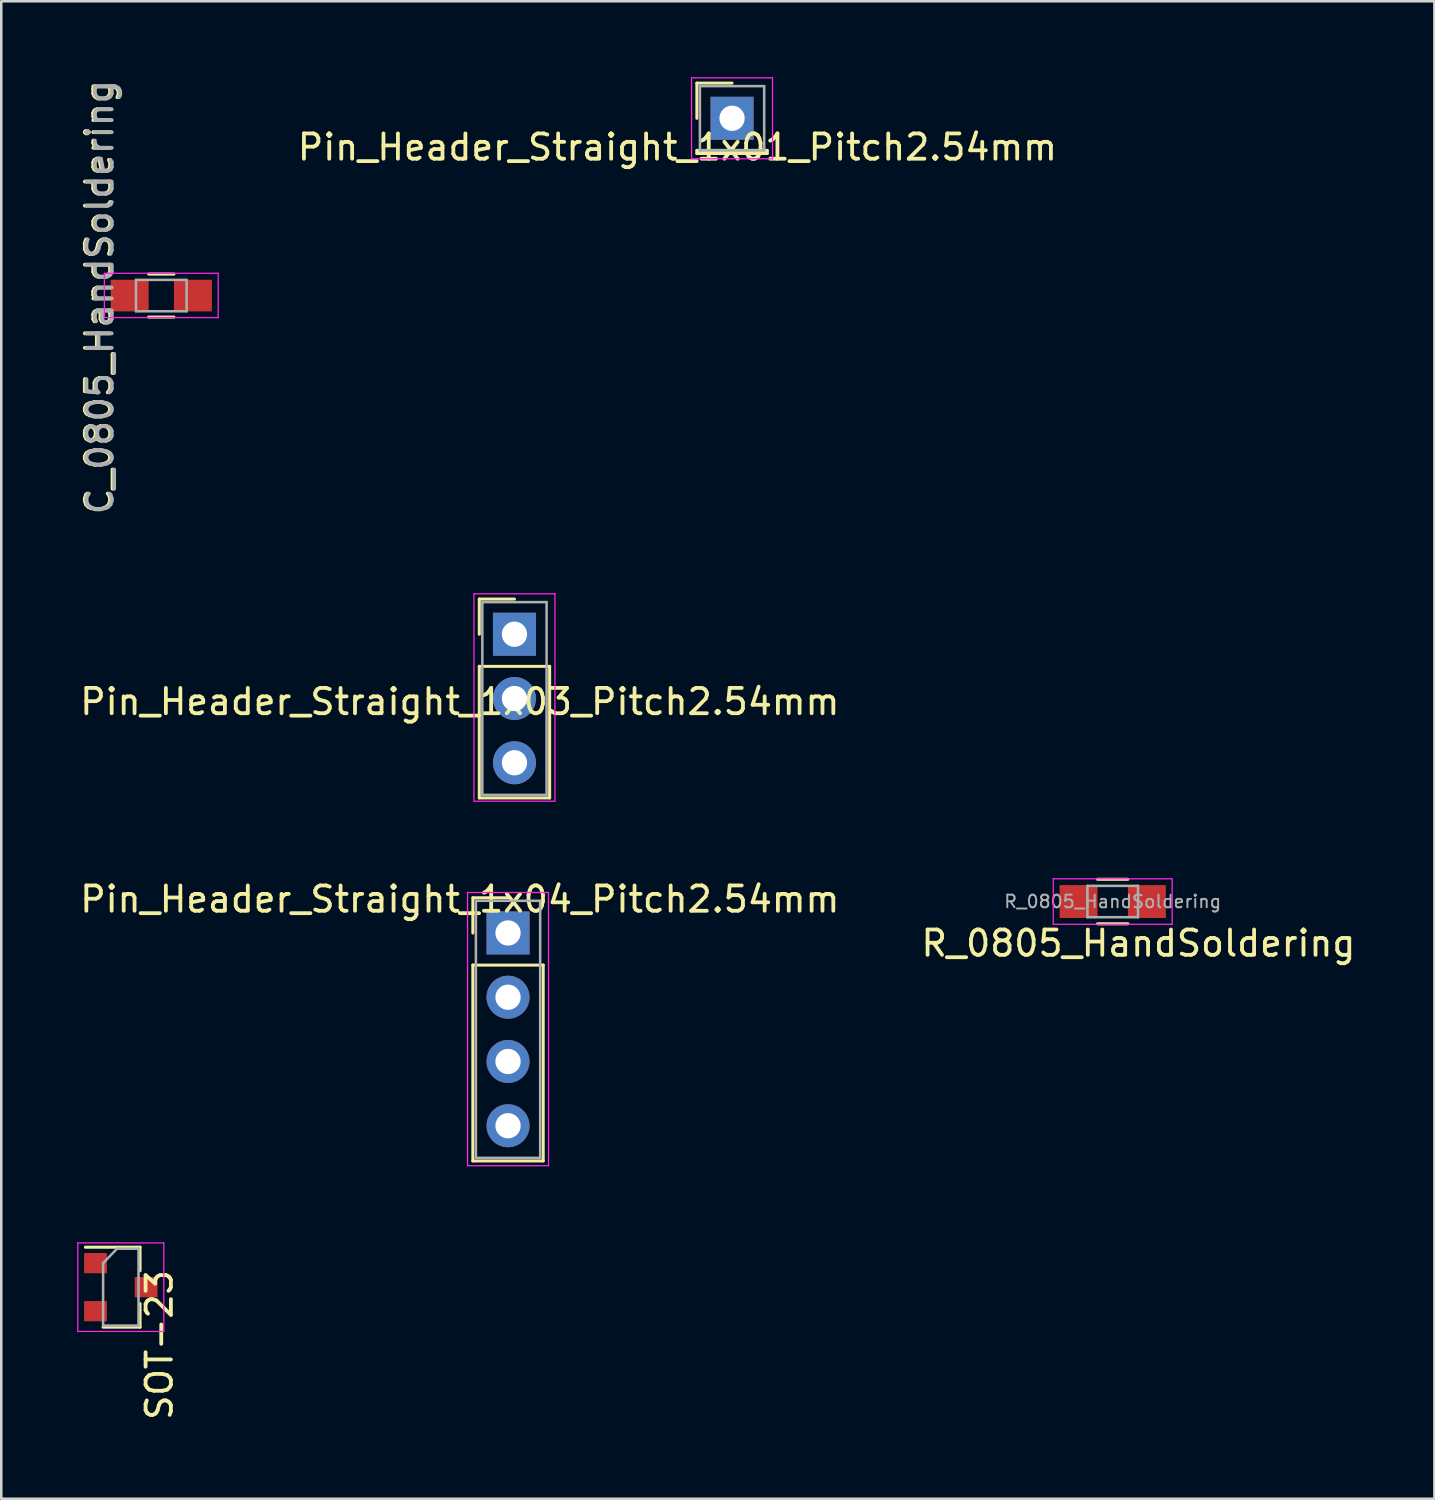
<source format=kicad_pcb>
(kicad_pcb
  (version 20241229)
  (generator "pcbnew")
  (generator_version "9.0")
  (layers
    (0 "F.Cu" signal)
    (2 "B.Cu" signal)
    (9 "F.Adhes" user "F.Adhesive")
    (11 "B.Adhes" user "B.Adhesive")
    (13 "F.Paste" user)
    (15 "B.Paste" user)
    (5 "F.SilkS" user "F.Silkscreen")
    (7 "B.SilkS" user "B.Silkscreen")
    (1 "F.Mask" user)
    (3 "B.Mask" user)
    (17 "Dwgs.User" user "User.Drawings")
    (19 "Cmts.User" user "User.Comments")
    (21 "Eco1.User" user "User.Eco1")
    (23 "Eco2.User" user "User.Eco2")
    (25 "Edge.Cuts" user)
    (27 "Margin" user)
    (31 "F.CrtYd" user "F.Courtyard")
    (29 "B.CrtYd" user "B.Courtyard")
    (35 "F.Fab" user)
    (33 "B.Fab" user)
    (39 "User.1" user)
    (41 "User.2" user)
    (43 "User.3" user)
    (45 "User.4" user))
  (footprint "SOT-23"
    (layer "F.Cu")
    (at 1.725 47.825)
    (property "Reference" "SOT-23" (at 1.524 2.286 90) (layer "F.SilkS") (effects (font (size 1 1) (thickness 0.15))))
    (attr smd)
    (fp_line (start 0.76 -1.58) (end -1.4 -1.58) (stroke (width 0.12) (type solid)) (layer "F.SilkS"))
    (fp_line (start 0.76 -1.58) (end 0.76 -0.65) (stroke (width 0.12) (type solid)) (layer "F.SilkS"))
    (fp_line (start 0.76 1.58) (end -0.7 1.58) (stroke (width 0.12) (type solid)) (layer "F.SilkS"))
    (fp_line (start 0.76 1.58) (end 0.76 0.65) (stroke (width 0.12) (type solid)) (layer "F.SilkS"))
    (fp_line (start -1.7 -1.75) (end 1.7 -1.75) (stroke (width 0.05) (type solid)) (layer "F.CrtYd"))
    (fp_line (start -1.7 1.75) (end -1.7 -1.75) (stroke (width 0.05) (type solid)) (layer "F.CrtYd"))
    (fp_line (start 1.7 -1.75) (end 1.7 1.75) (stroke (width 0.05) (type solid)) (layer "F.CrtYd"))
    (fp_line (start 1.7 1.75) (end -1.7 1.75) (stroke (width 0.05) (type solid)) (layer "F.CrtYd"))
    (fp_line (start -0.7 -0.95) (end -0.7 1.5) (stroke (width 0.1) (type solid)) (layer "F.Fab"))
    (fp_line (start -0.7 -0.95) (end -0.15 -1.52) (stroke (width 0.1) (type solid)) (layer "F.Fab"))
    (fp_line (start -0.7 1.52) (end 0.7 1.52) (stroke (width 0.1) (type solid)) (layer "F.Fab"))
    (fp_line (start -0.15 -1.52) (end 0.7 -1.52) (stroke (width 0.1) (type solid)) (layer "F.Fab"))
    (fp_line (start 0.7 -1.52) (end 0.7 1.52) (stroke (width 0.1) (type solid)) (layer "F.Fab"))
    (pad "1" smd rect (at -1 -0.95) (size 0.9 0.8) (layers "F.Cu" "F.Mask" "F.Paste"))
    (pad "2" smd rect (at -1 0.95) (size 0.9 0.8) (layers "F.Cu" "F.Mask" "F.Paste"))
    (pad "3" smd rect (at 1 0) (size 0.9 0.8) (layers "F.Cu" "F.Mask" "F.Paste")))
  (footprint "R_0805_HandSoldering"
    (layer "F.Cu")
    (at 40.93 32.583)
    (property "Reference" "R_0805_HandSoldering" (at 1.016 1.651 0) (layer "F.SilkS") (effects (font (size 1 1) (thickness 0.15))))
    (attr smd)
    (fp_line (start -0.6 -0.88) (end 0.6 -0.88) (stroke (width 0.12) (type solid)) (layer "F.SilkS"))
    (fp_line (start 0.6 0.88) (end -0.6 0.88) (stroke (width 0.12) (type solid)) (layer "F.SilkS"))
    (fp_line (start -2.35 -0.9) (end -2.35 0.9) (stroke (width 0.05) (type solid)) (layer "F.CrtYd"))
    (fp_line (start -2.35 -0.9) (end 2.35 -0.9) (stroke (width 0.05) (type solid)) (layer "F.CrtYd"))
    (fp_line (start 2.35 0.9) (end -2.35 0.9) (stroke (width 0.05) (type solid)) (layer "F.CrtYd"))
    (fp_line (start 2.35 0.9) (end 2.35 -0.9) (stroke (width 0.05) (type solid)) (layer "F.CrtYd"))
    (fp_line (start -1 -0.62) (end 1 -0.62) (stroke (width 0.1) (type solid)) (layer "F.Fab"))
    (fp_line (start -1 0.62) (end -1 -0.62) (stroke (width 0.1) (type solid)) (layer "F.Fab"))
    (fp_line (start 1 -0.62) (end 1 0.62) (stroke (width 0.1) (type solid)) (layer "F.Fab"))
    (fp_line (start 1 0.62) (end -1 0.62) (stroke (width 0.1) (type solid)) (layer "F.Fab"))
    (fp_text user "${REFERENCE}" (at 0 0 0) (layer "F.Fab") (effects (font (size 0.5 0.5) (thickness 0.075))))
    (pad "1" smd rect (at -1.35 0) (size 1.5 1.3) (layers "F.Cu" "F.Mask" "F.Paste"))
    (pad "2" smd rect (at 1.35 0) (size 1.5 1.3) (layers "F.Cu" "F.Mask" "F.Paste")))
  (footprint "Pin_Header_Straight_1x03_Pitch2.54mm"
    (layer "F.Cu")
    (at 17.284 22.018)
    (property "Reference" "Pin_Header_Straight_1x03_Pitch2.54mm" (at -2.159 2.667 0) (layer "F.SilkS") (effects (font (size 1 1) (thickness 0.15))))
    (attr through_hole)
    (fp_line (start -1.39 -1.39) (end 0 -1.39) (stroke (width 0.12) (type solid)) (layer "F.SilkS"))
    (fp_line (start -1.39 0) (end -1.39 -1.39) (stroke (width 0.12) (type solid)) (layer "F.SilkS"))
    (fp_line (start -1.39 1.27) (end -1.39 6.47) (stroke (width 0.12) (type solid)) (layer "F.SilkS"))
    (fp_line (start -1.39 6.47) (end 1.39 6.47) (stroke (width 0.12) (type solid)) (layer "F.SilkS"))
    (fp_line (start 1.39 1.27) (end -1.39 1.27) (stroke (width 0.12) (type solid)) (layer "F.SilkS"))
    (fp_line (start 1.39 6.47) (end 1.39 1.27) (stroke (width 0.12) (type solid)) (layer "F.SilkS"))
    (fp_line (start -1.6 -1.6) (end -1.6 6.6) (stroke (width 0.05) (type solid)) (layer "F.CrtYd"))
    (fp_line (start -1.6 6.6) (end 1.6 6.6) (stroke (width 0.05) (type solid)) (layer "F.CrtYd"))
    (fp_line (start 1.6 -1.6) (end -1.6 -1.6) (stroke (width 0.05) (type solid)) (layer "F.CrtYd"))
    (fp_line (start 1.6 6.6) (end 1.6 -1.6) (stroke (width 0.05) (type solid)) (layer "F.CrtYd"))
    (fp_line (start -1.27 -1.27) (end -1.27 6.35) (stroke (width 0.1) (type solid)) (layer "F.Fab"))
    (fp_line (start -1.27 6.35) (end 1.27 6.35) (stroke (width 0.1) (type solid)) (layer "F.Fab"))
    (fp_line (start 1.27 -1.27) (end -1.27 -1.27) (stroke (width 0.1) (type solid)) (layer "F.Fab"))
    (fp_line (start 1.27 6.35) (end 1.27 -1.27) (stroke (width 0.1) (type solid)) (layer "F.Fab"))
    (pad "1" thru_hole rect (at 0 0) (size 1.7 1.7) (drill 1) (layers "*.Cu" "*.Mask"))
    (pad "2" thru_hole oval (at 0 2.54) (size 1.7 1.7) (drill 1) (layers "*.Cu" "*.Mask"))
    (pad "3" thru_hole oval (at 0 5.08) (size 1.7 1.7) (drill 1) (layers "*.Cu" "*.Mask")))
  (footprint "C_0805_HandSoldering"
    (layer "F.Cu")
    (at 3.325 8.633)
    (property "Reference" "C_0805_HandSoldering" (at -2.477 0.064 90) (layer "F.SilkS") (effects (font (size 1 1) (thickness 0.15))))
    (attr smd)
    (fp_line (start -0.5 0.85) (end 0.5 0.85) (stroke (width 0.12) (type solid)) (layer "F.SilkS"))
    (fp_line (start 0.5 -0.85) (end -0.5 -0.85) (stroke (width 0.12) (type solid)) (layer "F.SilkS"))
    (fp_line (start -2.25 -0.88) (end -2.25 0.87) (stroke (width 0.05) (type solid)) (layer "F.CrtYd"))
    (fp_line (start -2.25 -0.88) (end 2.25 -0.88) (stroke (width 0.05) (type solid)) (layer "F.CrtYd"))
    (fp_line (start 2.25 0.87) (end -2.25 0.87) (stroke (width 0.05) (type solid)) (layer "F.CrtYd"))
    (fp_line (start 2.25 0.87) (end 2.25 -0.88) (stroke (width 0.05) (type solid)) (layer "F.CrtYd"))
    (fp_line (start -1 -0.62) (end 1 -0.62) (stroke (width 0.1) (type solid)) (layer "F.Fab"))
    (fp_line (start -1 0.62) (end -1 -0.62) (stroke (width 0.1) (type solid)) (layer "F.Fab"))
    (fp_line (start 1 -0.62) (end 1 0.62) (stroke (width 0.1) (type solid)) (layer "F.Fab"))
    (fp_line (start 1 0.62) (end -1 0.62) (stroke (width 0.1) (type solid)) (layer "F.Fab"))
    (fp_text user "${REFERENCE}" (at -2.413 0.064 90) (layer "F.Fab") (effects (font (size 1 1) (thickness 0.15))))
    (pad "1" smd rect (at -1.25 0) (size 1.5 1.25) (layers "F.Cu" "F.Mask" "F.Paste"))
    (pad "2" smd rect (at 1.25 0) (size 1.5 1.25) (layers "F.Cu" "F.Mask" "F.Paste")))
  (footprint "Pin_Header_Straight_1x01_Pitch2.54mm"
    (layer "F.Cu")
    (at 25.884 1.625)
    (property "Reference" "Pin_Header_Straight_1x01_Pitch2.54mm" (at -2.159 1.143 0) (layer "F.SilkS") (effects (font (size 1 1) (thickness 0.15))))
    (attr through_hole)
    (fp_line (start -1.39 -1.39) (end 0 -1.39) (stroke (width 0.12) (type solid)) (layer "F.SilkS"))
    (fp_line (start -1.39 0) (end -1.39 -1.39) (stroke (width 0.12) (type solid)) (layer "F.SilkS"))
    (fp_line (start -1.39 1.27) (end -1.39 1.39) (stroke (width 0.12) (type solid)) (layer "F.SilkS"))
    (fp_line (start -1.39 1.39) (end 1.39 1.39) (stroke (width 0.12) (type solid)) (layer "F.SilkS"))
    (fp_line (start 1.39 1.27) (end -1.39 1.27) (stroke (width 0.12) (type solid)) (layer "F.SilkS"))
    (fp_line (start 1.39 1.39) (end 1.39 1.27) (stroke (width 0.12) (type solid)) (layer "F.SilkS"))
    (fp_line (start -1.6 -1.6) (end -1.6 1.6) (stroke (width 0.05) (type solid)) (layer "F.CrtYd"))
    (fp_line (start -1.6 1.6) (end 1.6 1.6) (stroke (width 0.05) (type solid)) (layer "F.CrtYd"))
    (fp_line (start 1.6 -1.6) (end -1.6 -1.6) (stroke (width 0.05) (type solid)) (layer "F.CrtYd"))
    (fp_line (start 1.6 1.6) (end 1.6 -1.6) (stroke (width 0.05) (type solid)) (layer "F.CrtYd"))
    (fp_line (start -1.27 -1.27) (end -1.27 1.27) (stroke (width 0.1) (type solid)) (layer "F.Fab"))
    (fp_line (start -1.27 1.27) (end 1.27 1.27) (stroke (width 0.1) (type solid)) (layer "F.Fab"))
    (fp_line (start 1.27 -1.27) (end -1.27 -1.27) (stroke (width 0.1) (type solid)) (layer "F.Fab"))
    (fp_line (start 1.27 1.27) (end 1.27 -1.27) (stroke (width 0.1) (type solid)) (layer "F.Fab"))
    (pad "1" thru_hole rect (at 0 0) (size 1.7 1.7) (drill 1) (layers "*.Cu" "*.Mask")))
  (footprint "Pin_Header_Straight_1x04_Pitch2.54mm"
    (layer "F.Cu")
    (at 17.03 33.825)
    (property "Reference" "Pin_Header_Straight_1x04_Pitch2.54mm" (at -1.905 -1.333 0) (layer "F.SilkS") (effects (font (size 1 1) (thickness 0.15))))
    (attr through_hole)
    (fp_line (start -1.39 -1.39) (end 0 -1.39) (stroke (width 0.12) (type solid)) (layer "F.SilkS"))
    (fp_line (start -1.39 0) (end -1.39 -1.39) (stroke (width 0.12) (type solid)) (layer "F.SilkS"))
    (fp_line (start -1.39 1.27) (end -1.39 9.01) (stroke (width 0.12) (type solid)) (layer "F.SilkS"))
    (fp_line (start -1.39 9.01) (end 1.39 9.01) (stroke (width 0.12) (type solid)) (layer "F.SilkS"))
    (fp_line (start 1.39 1.27) (end -1.39 1.27) (stroke (width 0.12) (type solid)) (layer "F.SilkS"))
    (fp_line (start 1.39 9.01) (end 1.39 1.27) (stroke (width 0.12) (type solid)) (layer "F.SilkS"))
    (fp_line (start -1.6 -1.6) (end -1.6 9.2) (stroke (width 0.05) (type solid)) (layer "F.CrtYd"))
    (fp_line (start -1.6 9.2) (end 1.6 9.2) (stroke (width 0.05) (type solid)) (layer "F.CrtYd"))
    (fp_line (start 1.6 -1.6) (end -1.6 -1.6) (stroke (width 0.05) (type solid)) (layer "F.CrtYd"))
    (fp_line (start 1.6 9.2) (end 1.6 -1.6) (stroke (width 0.05) (type solid)) (layer "F.CrtYd"))
    (fp_line (start -1.27 -1.27) (end -1.27 8.89) (stroke (width 0.1) (type solid)) (layer "F.Fab"))
    (fp_line (start -1.27 8.89) (end 1.27 8.89) (stroke (width 0.1) (type solid)) (layer "F.Fab"))
    (fp_line (start 1.27 -1.27) (end -1.27 -1.27) (stroke (width 0.1) (type solid)) (layer "F.Fab"))
    (fp_line (start 1.27 8.89) (end 1.27 -1.27) (stroke (width 0.1) (type solid)) (layer "F.Fab"))
    (pad "1" thru_hole rect (at 0 0) (size 1.7 1.7) (drill 1) (layers "*.Cu" "*.Mask"))
    (pad "2" thru_hole oval (at 0 2.54) (size 1.7 1.7) (drill 1) (layers "*.Cu" "*.Mask"))
    (pad "3" thru_hole oval (at 0 5.08) (size 1.7 1.7) (drill 1) (layers "*.Cu" "*.Mask"))
    (pad "4" thru_hole oval (at 0 7.62) (size 1.7 1.7) (drill 1) (layers "*.Cu" "*.Mask")))
  (gr_rect
    (start -3 -3)
    (end 53.643 56.188)
    (stroke (width 0.1) (type default))
    (fill no)
    (layer "Edge.Cuts")))
</source>
